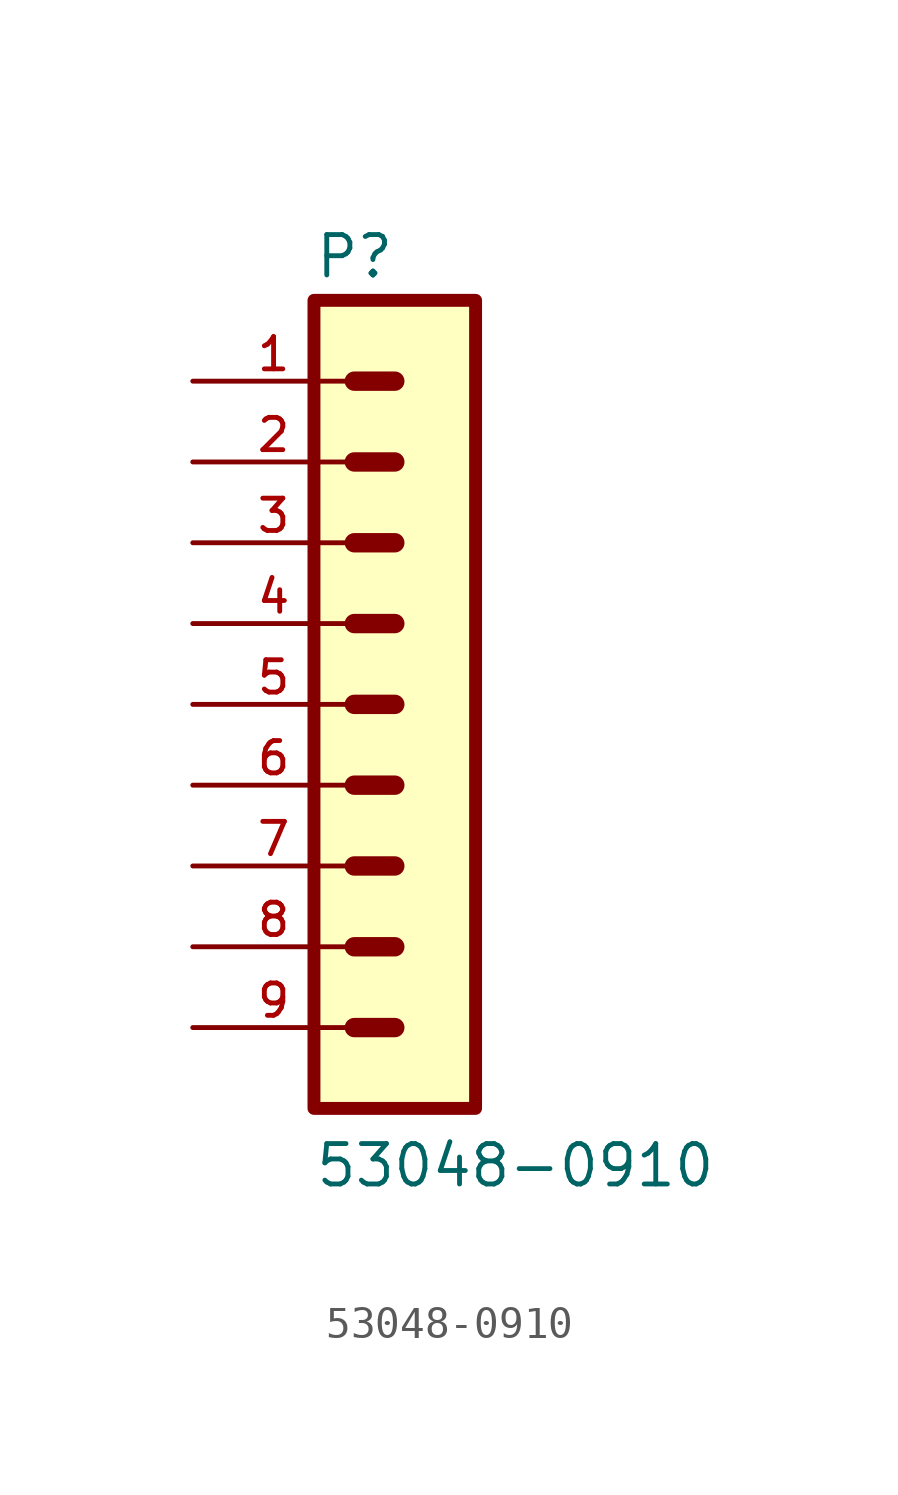
<source format=kicad_sym>
(kicad_symbol_lib
  (version 20211014)
  (generator kicad_symbol_editor)
  (symbol "53048-0910"
    (pin_names
      (offset 1.016))
    (property "Reference" "P"
      (at -1.27 13.335 0)
      (effects (font (size 1.27 1.27)) (justify bottom left)))
    (property "Value" "53048-0910"
      (at -1.27 -15.24 0)
      (effects (font (size 1.27 1.27)) (justify bottom left)))
    (symbol "53048-0910_0_0"
      (polyline (pts (xy 1.27 10.16) (xy 0.0 10.16)) (stroke (width 0.61)))
      (polyline (pts (xy 1.27 7.62) (xy 0.0 7.62)) (stroke (width 0.61)))
      (polyline (pts (xy 1.27 5.08) (xy 0.0 5.08)) (stroke (width 0.61)))
      (polyline (pts (xy 1.27 2.54) (xy 0.0 2.54)) (stroke (width 0.61)))
      (polyline (pts (xy 1.27 0.0) (xy 0.0 0.0)) (stroke (width 0.61)))
      (polyline (pts (xy 1.27 -2.54) (xy 0.0 -2.54)) (stroke (width 0.61)))
      (polyline (pts (xy 1.27 -5.08) (xy 0.0 -5.08)) (stroke (width 0.61)))
      (polyline (pts (xy 1.27 -7.62) (xy 0.0 -7.62)) (stroke (width 0.61)))
      (polyline (pts (xy 1.27 -10.16) (xy 0.0 -10.16)) (stroke (width 0.61)))
      (rectangle (start -1.27 -12.7) (end 3.81 12.7) (stroke (width 0.406)) (fill (type background)))
      (pin passive line (at -5.08 10.16 0) (length 5.08) (name "~" (effects (font (size 1.016 1.016)))) (number "1" (effects (font (size 1.016 1.016)))))
      (pin passive line (at -5.08 7.62 0) (length 5.08) (name "~" (effects (font (size 1.016 1.016)))) (number "2" (effects (font (size 1.016 1.016)))))
      (pin passive line (at -5.08 5.08 0) (length 5.08) (name "~" (effects (font (size 1.016 1.016)))) (number "3" (effects (font (size 1.016 1.016)))))
      (pin passive line (at -5.08 2.54 0) (length 5.08) (name "~" (effects (font (size 1.016 1.016)))) (number "4" (effects (font (size 1.016 1.016)))))
      (pin passive line (at -5.08 0.0 0) (length 5.08) (name "~" (effects (font (size 1.016 1.016)))) (number "5" (effects (font (size 1.016 1.016)))))
      (pin passive line (at -5.08 -2.54 0) (length 5.08) (name "~" (effects (font (size 1.016 1.016)))) (number "6" (effects (font (size 1.016 1.016)))))
      (pin passive line (at -5.08 -5.08 0) (length 5.08) (name "~" (effects (font (size 1.016 1.016)))) (number "7" (effects (font (size 1.016 1.016)))))
      (pin passive line (at -5.08 -7.62 0) (length 5.08) (name "~" (effects (font (size 1.016 1.016)))) (number "8" (effects (font (size 1.016 1.016)))))
      (pin passive line (at -5.08 -10.16 0) (length 5.08) (name "~" (effects (font (size 1.016 1.016)))) (number "9" (effects (font (size 1.016 1.016))))))))
</source>
